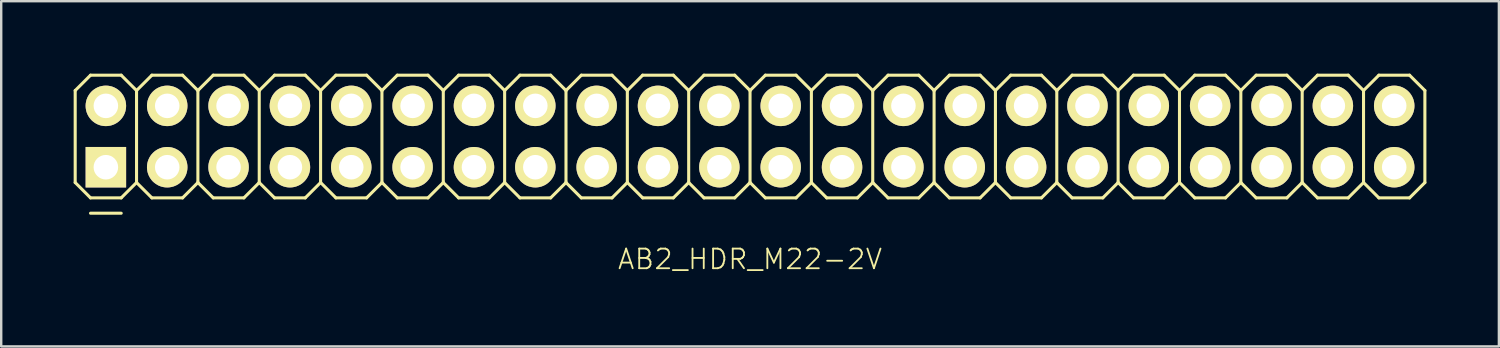
<source format=kicad_pcb>
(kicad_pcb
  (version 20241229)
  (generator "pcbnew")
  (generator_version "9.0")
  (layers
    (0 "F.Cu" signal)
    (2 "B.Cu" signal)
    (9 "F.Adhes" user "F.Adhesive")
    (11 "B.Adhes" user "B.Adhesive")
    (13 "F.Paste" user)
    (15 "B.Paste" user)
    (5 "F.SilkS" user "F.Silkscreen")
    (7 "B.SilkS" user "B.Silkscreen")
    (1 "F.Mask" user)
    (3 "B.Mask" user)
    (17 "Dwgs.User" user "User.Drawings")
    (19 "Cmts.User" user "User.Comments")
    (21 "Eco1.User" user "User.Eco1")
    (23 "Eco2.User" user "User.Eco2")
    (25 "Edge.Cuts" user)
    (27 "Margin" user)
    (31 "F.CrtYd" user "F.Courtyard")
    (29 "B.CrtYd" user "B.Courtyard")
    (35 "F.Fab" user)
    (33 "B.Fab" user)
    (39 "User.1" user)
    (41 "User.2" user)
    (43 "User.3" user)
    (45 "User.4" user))
  (footprint "AB2_HDR_M22-2V"
    (layer "F.Cu")
    (at 28.003 2.603)
    (property "Reference" "AB2_HDR_M22-2V" (at 0 5.08 0) (layer "F.SilkS") (effects (font (size 0.813 0.813) (thickness 0.076))))
    (attr through_hole)
    (fp_line (start -27.94 -1.905) (end -27.305 -2.54) (stroke (width 0.127) (type solid)) (layer "F.SilkS"))
    (fp_line (start -27.94 1.905) (end -27.94 -1.905) (stroke (width 0.127) (type solid)) (layer "F.SilkS"))
    (fp_line (start -27.305 -2.54) (end -26.035 -2.54) (stroke (width 0.127) (type solid)) (layer "F.SilkS"))
    (fp_line (start -27.305 2.54) (end -27.94 1.905) (stroke (width 0.127) (type solid)) (layer "F.SilkS"))
    (fp_line (start -27.305 3.175) (end -26.035 3.175) (stroke (width 0.127) (type solid)) (layer "F.SilkS"))
    (fp_line (start -26.035 -2.54) (end -25.4 -1.905) (stroke (width 0.127) (type solid)) (layer "F.SilkS"))
    (fp_line (start -26.035 2.54) (end -27.305 2.54) (stroke (width 0.127) (type solid)) (layer "F.SilkS"))
    (fp_line (start -25.4 -1.905) (end -25.4 1.905) (stroke (width 0.127) (type solid)) (layer "F.SilkS"))
    (fp_line (start -25.4 -1.905) (end -24.765 -2.54) (stroke (width 0.127) (type solid)) (layer "F.SilkS"))
    (fp_line (start -25.4 1.905) (end -26.035 2.54) (stroke (width 0.127) (type solid)) (layer "F.SilkS"))
    (fp_line (start -24.765 -2.54) (end -23.495 -2.54) (stroke (width 0.127) (type solid)) (layer "F.SilkS"))
    (fp_line (start -24.765 2.54) (end -25.4 1.905) (stroke (width 0.127) (type solid)) (layer "F.SilkS"))
    (fp_line (start -23.495 -2.54) (end -22.86 -1.905) (stroke (width 0.127) (type solid)) (layer "F.SilkS"))
    (fp_line (start -23.495 2.54) (end -24.765 2.54) (stroke (width 0.127) (type solid)) (layer "F.SilkS"))
    (fp_line (start -22.86 -1.905) (end -22.86 1.905) (stroke (width 0.127) (type solid)) (layer "F.SilkS"))
    (fp_line (start -22.86 -1.905) (end -22.225 -2.54) (stroke (width 0.127) (type solid)) (layer "F.SilkS"))
    (fp_line (start -22.86 1.905) (end -23.495 2.54) (stroke (width 0.127) (type solid)) (layer "F.SilkS"))
    (fp_line (start -22.225 -2.54) (end -20.955 -2.54) (stroke (width 0.127) (type solid)) (layer "F.SilkS"))
    (fp_line (start -22.225 2.54) (end -22.86 1.905) (stroke (width 0.127) (type solid)) (layer "F.SilkS"))
    (fp_line (start -20.955 -2.54) (end -20.32 -1.905) (stroke (width 0.127) (type solid)) (layer "F.SilkS"))
    (fp_line (start -20.955 2.54) (end -22.225 2.54) (stroke (width 0.127) (type solid)) (layer "F.SilkS"))
    (fp_line (start -20.32 -1.905) (end -20.32 1.905) (stroke (width 0.127) (type solid)) (layer "F.SilkS"))
    (fp_line (start -20.32 -1.905) (end -19.685 -2.54) (stroke (width 0.127) (type solid)) (layer "F.SilkS"))
    (fp_line (start -20.32 1.905) (end -20.955 2.54) (stroke (width 0.127) (type solid)) (layer "F.SilkS"))
    (fp_line (start -19.685 -2.54) (end -18.415 -2.54) (stroke (width 0.127) (type solid)) (layer "F.SilkS"))
    (fp_line (start -19.685 2.54) (end -20.32 1.905) (stroke (width 0.127) (type solid)) (layer "F.SilkS"))
    (fp_line (start -18.415 -2.54) (end -17.78 -1.905) (stroke (width 0.127) (type solid)) (layer "F.SilkS"))
    (fp_line (start -18.415 2.54) (end -19.685 2.54) (stroke (width 0.127) (type solid)) (layer "F.SilkS"))
    (fp_line (start -17.78 -1.905) (end -17.78 1.905) (stroke (width 0.127) (type solid)) (layer "F.SilkS"))
    (fp_line (start -17.78 -1.905) (end -17.145 -2.54) (stroke (width 0.127) (type solid)) (layer "F.SilkS"))
    (fp_line (start -17.78 1.905) (end -18.415 2.54) (stroke (width 0.127) (type solid)) (layer "F.SilkS"))
    (fp_line (start -17.145 -2.54) (end -15.875 -2.54) (stroke (width 0.127) (type solid)) (layer "F.SilkS"))
    (fp_line (start -17.145 2.54) (end -17.78 1.905) (stroke (width 0.127) (type solid)) (layer "F.SilkS"))
    (fp_line (start -15.875 -2.54) (end -15.24 -1.905) (stroke (width 0.127) (type solid)) (layer "F.SilkS"))
    (fp_line (start -15.875 2.54) (end -17.145 2.54) (stroke (width 0.127) (type solid)) (layer "F.SilkS"))
    (fp_line (start -15.24 -1.905) (end -15.24 1.905) (stroke (width 0.127) (type solid)) (layer "F.SilkS"))
    (fp_line (start -15.24 -1.905) (end -14.605 -2.54) (stroke (width 0.127) (type solid)) (layer "F.SilkS"))
    (fp_line (start -15.24 1.905) (end -15.875 2.54) (stroke (width 0.127) (type solid)) (layer "F.SilkS"))
    (fp_line (start -14.605 -2.54) (end -13.335 -2.54) (stroke (width 0.127) (type solid)) (layer "F.SilkS"))
    (fp_line (start -14.605 2.54) (end -15.24 1.905) (stroke (width 0.127) (type solid)) (layer "F.SilkS"))
    (fp_line (start -13.335 -2.54) (end -12.7 -1.905) (stroke (width 0.127) (type solid)) (layer "F.SilkS"))
    (fp_line (start -13.335 2.54) (end -14.605 2.54) (stroke (width 0.127) (type solid)) (layer "F.SilkS"))
    (fp_line (start -12.7 -1.905) (end -12.7 1.905) (stroke (width 0.127) (type solid)) (layer "F.SilkS"))
    (fp_line (start -12.7 -1.905) (end -12.065 -2.54) (stroke (width 0.127) (type solid)) (layer "F.SilkS"))
    (fp_line (start -12.7 1.905) (end -13.335 2.54) (stroke (width 0.127) (type solid)) (layer "F.SilkS"))
    (fp_line (start -12.065 -2.54) (end -10.795 -2.54) (stroke (width 0.127) (type solid)) (layer "F.SilkS"))
    (fp_line (start -12.065 2.54) (end -12.7 1.905) (stroke (width 0.127) (type solid)) (layer "F.SilkS"))
    (fp_line (start -10.795 -2.54) (end -10.16 -1.905) (stroke (width 0.127) (type solid)) (layer "F.SilkS"))
    (fp_line (start -10.795 2.54) (end -12.065 2.54) (stroke (width 0.127) (type solid)) (layer "F.SilkS"))
    (fp_line (start -10.16 -1.905) (end -10.16 1.905) (stroke (width 0.127) (type solid)) (layer "F.SilkS"))
    (fp_line (start -10.16 -1.905) (end -9.525 -2.54) (stroke (width 0.127) (type solid)) (layer "F.SilkS"))
    (fp_line (start -10.16 1.905) (end -10.795 2.54) (stroke (width 0.127) (type solid)) (layer "F.SilkS"))
    (fp_line (start -9.525 -2.54) (end -8.255 -2.54) (stroke (width 0.127) (type solid)) (layer "F.SilkS"))
    (fp_line (start -9.525 2.54) (end -10.16 1.905) (stroke (width 0.127) (type solid)) (layer "F.SilkS"))
    (fp_line (start -8.255 -2.54) (end -7.62 -1.905) (stroke (width 0.127) (type solid)) (layer "F.SilkS"))
    (fp_line (start -8.255 2.54) (end -9.525 2.54) (stroke (width 0.127) (type solid)) (layer "F.SilkS"))
    (fp_line (start -7.62 -1.905) (end -7.62 1.905) (stroke (width 0.127) (type solid)) (layer "F.SilkS"))
    (fp_line (start -7.62 -1.905) (end -6.985 -2.54) (stroke (width 0.127) (type solid)) (layer "F.SilkS"))
    (fp_line (start -7.62 1.905) (end -8.255 2.54) (stroke (width 0.127) (type solid)) (layer "F.SilkS"))
    (fp_line (start -6.985 -2.54) (end -5.715 -2.54) (stroke (width 0.127) (type solid)) (layer "F.SilkS"))
    (fp_line (start -6.985 2.54) (end -7.62 1.905) (stroke (width 0.127) (type solid)) (layer "F.SilkS"))
    (fp_line (start -5.715 -2.54) (end -5.08 -1.905) (stroke (width 0.127) (type solid)) (layer "F.SilkS"))
    (fp_line (start -5.715 2.54) (end -6.985 2.54) (stroke (width 0.127) (type solid)) (layer "F.SilkS"))
    (fp_line (start -5.08 -1.905) (end -5.08 1.905) (stroke (width 0.127) (type solid)) (layer "F.SilkS"))
    (fp_line (start -5.08 -1.905) (end -4.445 -2.54) (stroke (width 0.127) (type solid)) (layer "F.SilkS"))
    (fp_line (start -5.08 1.905) (end -5.715 2.54) (stroke (width 0.127) (type solid)) (layer "F.SilkS"))
    (fp_line (start -4.445 -2.54) (end -3.175 -2.54) (stroke (width 0.127) (type solid)) (layer "F.SilkS"))
    (fp_line (start -4.445 2.54) (end -5.08 1.905) (stroke (width 0.127) (type solid)) (layer "F.SilkS"))
    (fp_line (start -3.175 -2.54) (end -2.54 -1.905) (stroke (width 0.127) (type solid)) (layer "F.SilkS"))
    (fp_line (start -3.175 2.54) (end -4.445 2.54) (stroke (width 0.127) (type solid)) (layer "F.SilkS"))
    (fp_line (start -2.54 -1.905) (end -2.54 1.905) (stroke (width 0.127) (type solid)) (layer "F.SilkS"))
    (fp_line (start -2.54 -1.905) (end -1.905 -2.54) (stroke (width 0.127) (type solid)) (layer "F.SilkS"))
    (fp_line (start -2.54 1.905) (end -3.175 2.54) (stroke (width 0.127) (type solid)) (layer "F.SilkS"))
    (fp_line (start -1.905 -2.54) (end -0.635 -2.54) (stroke (width 0.127) (type solid)) (layer "F.SilkS"))
    (fp_line (start -1.905 2.54) (end -2.54 1.905) (stroke (width 0.127) (type solid)) (layer "F.SilkS"))
    (fp_line (start -0.635 -2.54) (end 0 -1.905) (stroke (width 0.127) (type solid)) (layer "F.SilkS"))
    (fp_line (start -0.635 2.54) (end -1.905 2.54) (stroke (width 0.127) (type solid)) (layer "F.SilkS"))
    (fp_line (start 0 -1.905) (end 0 1.905) (stroke (width 0.127) (type solid)) (layer "F.SilkS"))
    (fp_line (start 0 -1.905) (end 0.635 -2.54) (stroke (width 0.127) (type solid)) (layer "F.SilkS"))
    (fp_line (start 0 1.905) (end -0.635 2.54) (stroke (width 0.127) (type solid)) (layer "F.SilkS"))
    (fp_line (start 0.635 -2.54) (end 1.905 -2.54) (stroke (width 0.127) (type solid)) (layer "F.SilkS"))
    (fp_line (start 0.635 2.54) (end 0 1.905) (stroke (width 0.127) (type solid)) (layer "F.SilkS"))
    (fp_line (start 1.905 -2.54) (end 2.54 -1.905) (stroke (width 0.127) (type solid)) (layer "F.SilkS"))
    (fp_line (start 1.905 2.54) (end 0.635 2.54) (stroke (width 0.127) (type solid)) (layer "F.SilkS"))
    (fp_line (start 2.54 -1.905) (end 2.54 1.905) (stroke (width 0.127) (type solid)) (layer "F.SilkS"))
    (fp_line (start 2.54 -1.905) (end 3.175 -2.54) (stroke (width 0.127) (type solid)) (layer "F.SilkS"))
    (fp_line (start 2.54 1.905) (end 1.905 2.54) (stroke (width 0.127) (type solid)) (layer "F.SilkS"))
    (fp_line (start 3.175 -2.54) (end 4.445 -2.54) (stroke (width 0.127) (type solid)) (layer "F.SilkS"))
    (fp_line (start 3.175 2.54) (end 2.54 1.905) (stroke (width 0.127) (type solid)) (layer "F.SilkS"))
    (fp_line (start 4.445 -2.54) (end 5.08 -1.905) (stroke (width 0.127) (type solid)) (layer "F.SilkS"))
    (fp_line (start 4.445 2.54) (end 3.175 2.54) (stroke (width 0.127) (type solid)) (layer "F.SilkS"))
    (fp_line (start 5.08 -1.905) (end 5.08 1.905) (stroke (width 0.127) (type solid)) (layer "F.SilkS"))
    (fp_line (start 5.08 -1.905) (end 5.715 -2.54) (stroke (width 0.127) (type solid)) (layer "F.SilkS"))
    (fp_line (start 5.08 1.905) (end 4.445 2.54) (stroke (width 0.127) (type solid)) (layer "F.SilkS"))
    (fp_line (start 5.715 -2.54) (end 6.985 -2.54) (stroke (width 0.127) (type solid)) (layer "F.SilkS"))
    (fp_line (start 5.715 2.54) (end 5.08 1.905) (stroke (width 0.127) (type solid)) (layer "F.SilkS"))
    (fp_line (start 6.985 -2.54) (end 7.62 -1.905) (stroke (width 0.127) (type solid)) (layer "F.SilkS"))
    (fp_line (start 6.985 2.54) (end 5.715 2.54) (stroke (width 0.127) (type solid)) (layer "F.SilkS"))
    (fp_line (start 7.62 -1.905) (end 7.62 1.905) (stroke (width 0.127) (type solid)) (layer "F.SilkS"))
    (fp_line (start 7.62 -1.905) (end 8.255 -2.54) (stroke (width 0.127) (type solid)) (layer "F.SilkS"))
    (fp_line (start 7.62 1.905) (end 6.985 2.54) (stroke (width 0.127) (type solid)) (layer "F.SilkS"))
    (fp_line (start 8.255 -2.54) (end 9.525 -2.54) (stroke (width 0.127) (type solid)) (layer "F.SilkS"))
    (fp_line (start 8.255 2.54) (end 7.62 1.905) (stroke (width 0.127) (type solid)) (layer "F.SilkS"))
    (fp_line (start 9.525 -2.54) (end 10.16 -1.905) (stroke (width 0.127) (type solid)) (layer "F.SilkS"))
    (fp_line (start 9.525 2.54) (end 8.255 2.54) (stroke (width 0.127) (type solid)) (layer "F.SilkS"))
    (fp_line (start 10.16 -1.905) (end 10.16 1.905) (stroke (width 0.127) (type solid)) (layer "F.SilkS"))
    (fp_line (start 10.16 -1.905) (end 10.795 -2.54) (stroke (width 0.127) (type solid)) (layer "F.SilkS"))
    (fp_line (start 10.16 1.905) (end 9.525 2.54) (stroke (width 0.127) (type solid)) (layer "F.SilkS"))
    (fp_line (start 10.795 -2.54) (end 12.065 -2.54) (stroke (width 0.127) (type solid)) (layer "F.SilkS"))
    (fp_line (start 10.795 2.54) (end 10.16 1.905) (stroke (width 0.127) (type solid)) (layer "F.SilkS"))
    (fp_line (start 12.065 -2.54) (end 12.7 -1.905) (stroke (width 0.127) (type solid)) (layer "F.SilkS"))
    (fp_line (start 12.065 2.54) (end 10.795 2.54) (stroke (width 0.127) (type solid)) (layer "F.SilkS"))
    (fp_line (start 12.7 -1.905) (end 12.7 1.905) (stroke (width 0.127) (type solid)) (layer "F.SilkS"))
    (fp_line (start 12.7 -1.905) (end 13.335 -2.54) (stroke (width 0.127) (type solid)) (layer "F.SilkS"))
    (fp_line (start 12.7 1.905) (end 12.065 2.54) (stroke (width 0.127) (type solid)) (layer "F.SilkS"))
    (fp_line (start 13.335 -2.54) (end 14.605 -2.54) (stroke (width 0.127) (type solid)) (layer "F.SilkS"))
    (fp_line (start 13.335 2.54) (end 12.7 1.905) (stroke (width 0.127) (type solid)) (layer "F.SilkS"))
    (fp_line (start 14.605 -2.54) (end 15.24 -1.905) (stroke (width 0.127) (type solid)) (layer "F.SilkS"))
    (fp_line (start 14.605 2.54) (end 13.335 2.54) (stroke (width 0.127) (type solid)) (layer "F.SilkS"))
    (fp_line (start 15.24 -1.905) (end 15.24 1.905) (stroke (width 0.127) (type solid)) (layer "F.SilkS"))
    (fp_line (start 15.24 -1.905) (end 15.875 -2.54) (stroke (width 0.127) (type solid)) (layer "F.SilkS"))
    (fp_line (start 15.24 1.905) (end 14.605 2.54) (stroke (width 0.127) (type solid)) (layer "F.SilkS"))
    (fp_line (start 15.875 -2.54) (end 17.145 -2.54) (stroke (width 0.127) (type solid)) (layer "F.SilkS"))
    (fp_line (start 15.875 2.54) (end 15.24 1.905) (stroke (width 0.127) (type solid)) (layer "F.SilkS"))
    (fp_line (start 17.145 -2.54) (end 17.78 -1.905) (stroke (width 0.127) (type solid)) (layer "F.SilkS"))
    (fp_line (start 17.145 2.54) (end 15.875 2.54) (stroke (width 0.127) (type solid)) (layer "F.SilkS"))
    (fp_line (start 17.78 -1.905) (end 17.78 1.905) (stroke (width 0.127) (type solid)) (layer "F.SilkS"))
    (fp_line (start 17.78 -1.905) (end 18.415 -2.54) (stroke (width 0.127) (type solid)) (layer "F.SilkS"))
    (fp_line (start 17.78 1.905) (end 17.145 2.54) (stroke (width 0.127) (type solid)) (layer "F.SilkS"))
    (fp_line (start 18.415 -2.54) (end 19.685 -2.54) (stroke (width 0.127) (type solid)) (layer "F.SilkS"))
    (fp_line (start 18.415 2.54) (end 17.78 1.905) (stroke (width 0.127) (type solid)) (layer "F.SilkS"))
    (fp_line (start 19.685 -2.54) (end 20.32 -1.905) (stroke (width 0.127) (type solid)) (layer "F.SilkS"))
    (fp_line (start 19.685 2.54) (end 18.415 2.54) (stroke (width 0.127) (type solid)) (layer "F.SilkS"))
    (fp_line (start 20.32 -1.905) (end 20.32 1.905) (stroke (width 0.127) (type solid)) (layer "F.SilkS"))
    (fp_line (start 20.32 -1.905) (end 20.955 -2.54) (stroke (width 0.127) (type solid)) (layer "F.SilkS"))
    (fp_line (start 20.32 1.905) (end 19.685 2.54) (stroke (width 0.127) (type solid)) (layer "F.SilkS"))
    (fp_line (start 20.955 -2.54) (end 22.225 -2.54) (stroke (width 0.127) (type solid)) (layer "F.SilkS"))
    (fp_line (start 20.955 2.54) (end 20.32 1.905) (stroke (width 0.127) (type solid)) (layer "F.SilkS"))
    (fp_line (start 22.225 -2.54) (end 22.86 -1.905) (stroke (width 0.127) (type solid)) (layer "F.SilkS"))
    (fp_line (start 22.225 2.54) (end 20.955 2.54) (stroke (width 0.127) (type solid)) (layer "F.SilkS"))
    (fp_line (start 22.86 -1.905) (end 22.86 1.905) (stroke (width 0.127) (type solid)) (layer "F.SilkS"))
    (fp_line (start 22.86 -1.905) (end 23.495 -2.54) (stroke (width 0.127) (type solid)) (layer "F.SilkS"))
    (fp_line (start 22.86 1.905) (end 22.225 2.54) (stroke (width 0.127) (type solid)) (layer "F.SilkS"))
    (fp_line (start 23.495 -2.54) (end 24.765 -2.54) (stroke (width 0.127) (type solid)) (layer "F.SilkS"))
    (fp_line (start 23.495 2.54) (end 22.86 1.905) (stroke (width 0.127) (type solid)) (layer "F.SilkS"))
    (fp_line (start 24.765 -2.54) (end 25.4 -1.905) (stroke (width 0.127) (type solid)) (layer "F.SilkS"))
    (fp_line (start 24.765 2.54) (end 23.495 2.54) (stroke (width 0.127) (type solid)) (layer "F.SilkS"))
    (fp_line (start 25.4 -1.905) (end 25.4 1.905) (stroke (width 0.127) (type solid)) (layer "F.SilkS"))
    (fp_line (start 25.4 -1.905) (end 26.035 -2.54) (stroke (width 0.127) (type solid)) (layer "F.SilkS"))
    (fp_line (start 25.4 1.905) (end 24.765 2.54) (stroke (width 0.127) (type solid)) (layer "F.SilkS"))
    (fp_line (start 26.035 -2.54) (end 27.305 -2.54) (stroke (width 0.127) (type solid)) (layer "F.SilkS"))
    (fp_line (start 26.035 2.54) (end 25.4 1.905) (stroke (width 0.127) (type solid)) (layer "F.SilkS"))
    (fp_line (start 27.305 -2.54) (end 27.94 -1.905) (stroke (width 0.127) (type solid)) (layer "F.SilkS"))
    (fp_line (start 27.305 2.54) (end 26.035 2.54) (stroke (width 0.127) (type solid)) (layer "F.SilkS"))
    (fp_line (start 27.94 -1.905) (end 27.94 1.905) (stroke (width 0.127) (type solid)) (layer "F.SilkS"))
    (fp_line (start 27.94 1.905) (end 27.305 2.54) (stroke (width 0.127) (type solid)) (layer "F.SilkS"))
    (pad "1" thru_hole rect (at -26.67 1.27) (size 1.676 1.676) (drill 1.016) (layers "*.Cu" "*.Mask" "F.SilkS"))
    (pad "2" thru_hole circle (at -26.67 -1.27) (size 1.676 1.676) (drill 1.016) (layers "*.Cu" "*.Mask" "F.SilkS"))
    (pad "3" thru_hole circle (at -24.13 1.27) (size 1.676 1.676) (drill 1.016) (layers "*.Cu" "*.Mask" "F.SilkS"))
    (pad "4" thru_hole circle (at -24.13 -1.27) (size 1.676 1.676) (drill 1.016) (layers "*.Cu" "*.Mask" "F.SilkS"))
    (pad "5" thru_hole circle (at -21.59 1.27) (size 1.676 1.676) (drill 1.016) (layers "*.Cu" "*.Mask" "F.SilkS"))
    (pad "6" thru_hole circle (at -21.59 -1.27) (size 1.676 1.676) (drill 1.016) (layers "*.Cu" "*.Mask" "F.SilkS"))
    (pad "7" thru_hole circle (at -19.05 1.27) (size 1.676 1.676) (drill 1.016) (layers "*.Cu" "*.Mask" "F.SilkS"))
    (pad "8" thru_hole circle (at -19.05 -1.27) (size 1.676 1.676) (drill 1.016) (layers "*.Cu" "*.Mask" "F.SilkS"))
    (pad "9" thru_hole circle (at -16.51 1.27) (size 1.676 1.676) (drill 1.016) (layers "*.Cu" "*.Mask" "F.SilkS"))
    (pad "10" thru_hole circle (at -16.51 -1.27) (size 1.676 1.676) (drill 1.016) (layers "*.Cu" "*.Mask" "F.SilkS"))
    (pad "11" thru_hole circle (at -13.97 1.27) (size 1.676 1.676) (drill 1.016) (layers "*.Cu" "*.Mask" "F.SilkS"))
    (pad "12" thru_hole circle (at -13.97 -1.27) (size 1.676 1.676) (drill 1.016) (layers "*.Cu" "*.Mask" "F.SilkS"))
    (pad "13" thru_hole circle (at -11.43 1.27) (size 1.676 1.676) (drill 1.016) (layers "*.Cu" "*.Mask" "F.SilkS"))
    (pad "14" thru_hole circle (at -11.43 -1.27) (size 1.676 1.676) (drill 1.016) (layers "*.Cu" "*.Mask" "F.SilkS"))
    (pad "15" thru_hole circle (at -8.89 1.27) (size 1.676 1.676) (drill 1.016) (layers "*.Cu" "*.Mask" "F.SilkS"))
    (pad "16" thru_hole circle (at -8.89 -1.27) (size 1.676 1.676) (drill 1.016) (layers "*.Cu" "*.Mask" "F.SilkS"))
    (pad "17" thru_hole circle (at -6.35 1.27) (size 1.676 1.676) (drill 1.016) (layers "*.Cu" "*.Mask" "F.SilkS"))
    (pad "18" thru_hole circle (at -6.35 -1.27) (size 1.676 1.676) (drill 1.016) (layers "*.Cu" "*.Mask" "F.SilkS"))
    (pad "19" thru_hole circle (at -3.81 1.27) (size 1.676 1.676) (drill 1.016) (layers "*.Cu" "*.Mask" "F.SilkS"))
    (pad "20" thru_hole circle (at -3.81 -1.27) (size 1.676 1.676) (drill 1.016) (layers "*.Cu" "*.Mask" "F.SilkS"))
    (pad "21" thru_hole circle (at -1.27 1.27) (size 1.676 1.676) (drill 1.016) (layers "*.Cu" "*.Mask" "F.SilkS"))
    (pad "22" thru_hole circle (at -1.27 -1.27) (size 1.676 1.676) (drill 1.016) (layers "*.Cu" "*.Mask" "F.SilkS"))
    (pad "23" thru_hole circle (at 1.27 1.27) (size 1.676 1.676) (drill 1.016) (layers "*.Cu" "*.Mask" "F.SilkS"))
    (pad "24" thru_hole circle (at 1.27 -1.27) (size 1.676 1.676) (drill 1.016) (layers "*.Cu" "*.Mask" "F.SilkS"))
    (pad "25" thru_hole circle (at 3.81 1.27) (size 1.676 1.676) (drill 1.016) (layers "*.Cu" "*.Mask" "F.SilkS"))
    (pad "26" thru_hole circle (at 3.81 -1.27) (size 1.676 1.676) (drill 1.016) (layers "*.Cu" "*.Mask" "F.SilkS"))
    (pad "27" thru_hole circle (at 6.35 1.27) (size 1.676 1.676) (drill 1.016) (layers "*.Cu" "*.Mask" "F.SilkS"))
    (pad "28" thru_hole circle (at 6.35 -1.27) (size 1.676 1.676) (drill 1.016) (layers "*.Cu" "*.Mask" "F.SilkS"))
    (pad "29" thru_hole circle (at 8.89 1.27) (size 1.676 1.676) (drill 1.016) (layers "*.Cu" "*.Mask" "F.SilkS"))
    (pad "30" thru_hole circle (at 8.89 -1.27) (size 1.676 1.676) (drill 1.016) (layers "*.Cu" "*.Mask" "F.SilkS"))
    (pad "31" thru_hole circle (at 11.43 1.27) (size 1.676 1.676) (drill 1.016) (layers "*.Cu" "*.Mask" "F.SilkS"))
    (pad "32" thru_hole circle (at 11.43 -1.27) (size 1.676 1.676) (drill 1.016) (layers "*.Cu" "*.Mask" "F.SilkS"))
    (pad "33" thru_hole circle (at 13.97 1.27) (size 1.676 1.676) (drill 1.016) (layers "*.Cu" "*.Mask" "F.SilkS"))
    (pad "34" thru_hole circle (at 13.97 -1.27) (size 1.676 1.676) (drill 1.016) (layers "*.Cu" "*.Mask" "F.SilkS"))
    (pad "35" thru_hole circle (at 16.51 1.27) (size 1.676 1.676) (drill 1.016) (layers "*.Cu" "*.Mask" "F.SilkS"))
    (pad "36" thru_hole circle (at 16.51 -1.27) (size 1.676 1.676) (drill 1.016) (layers "*.Cu" "*.Mask" "F.SilkS"))
    (pad "37" thru_hole circle (at 19.05 1.27) (size 1.676 1.676) (drill 1.016) (layers "*.Cu" "*.Mask" "F.SilkS"))
    (pad "38" thru_hole circle (at 19.05 -1.27) (size 1.676 1.676) (drill 1.016) (layers "*.Cu" "*.Mask" "F.SilkS"))
    (pad "39" thru_hole circle (at 21.59 1.27) (size 1.676 1.676) (drill 1.016) (layers "*.Cu" "*.Mask" "F.SilkS"))
    (pad "40" thru_hole circle (at 21.59 -1.27) (size 1.676 1.676) (drill 1.016) (layers "*.Cu" "*.Mask" "F.SilkS"))
    (pad "41" thru_hole circle (at 24.13 1.27) (size 1.676 1.676) (drill 1.016) (layers "*.Cu" "*.Mask" "F.SilkS"))
    (pad "42" thru_hole circle (at 24.13 -1.27) (size 1.676 1.676) (drill 1.016) (layers "*.Cu" "*.Mask" "F.SilkS"))
    (pad "43" thru_hole circle (at 26.67 1.27) (size 1.676 1.676) (drill 1.016) (layers "*.Cu" "*.Mask" "F.SilkS"))
    (pad "44" thru_hole circle (at 26.67 -1.27) (size 1.676 1.676) (drill 1.016) (layers "*.Cu" "*.Mask" "F.SilkS")))
  (gr_rect
    (start -3 -3)
    (end 59.007 11.293)
    (stroke (width 0.1) (type default))
    (fill no)
    (layer "Edge.Cuts")))
</source>
